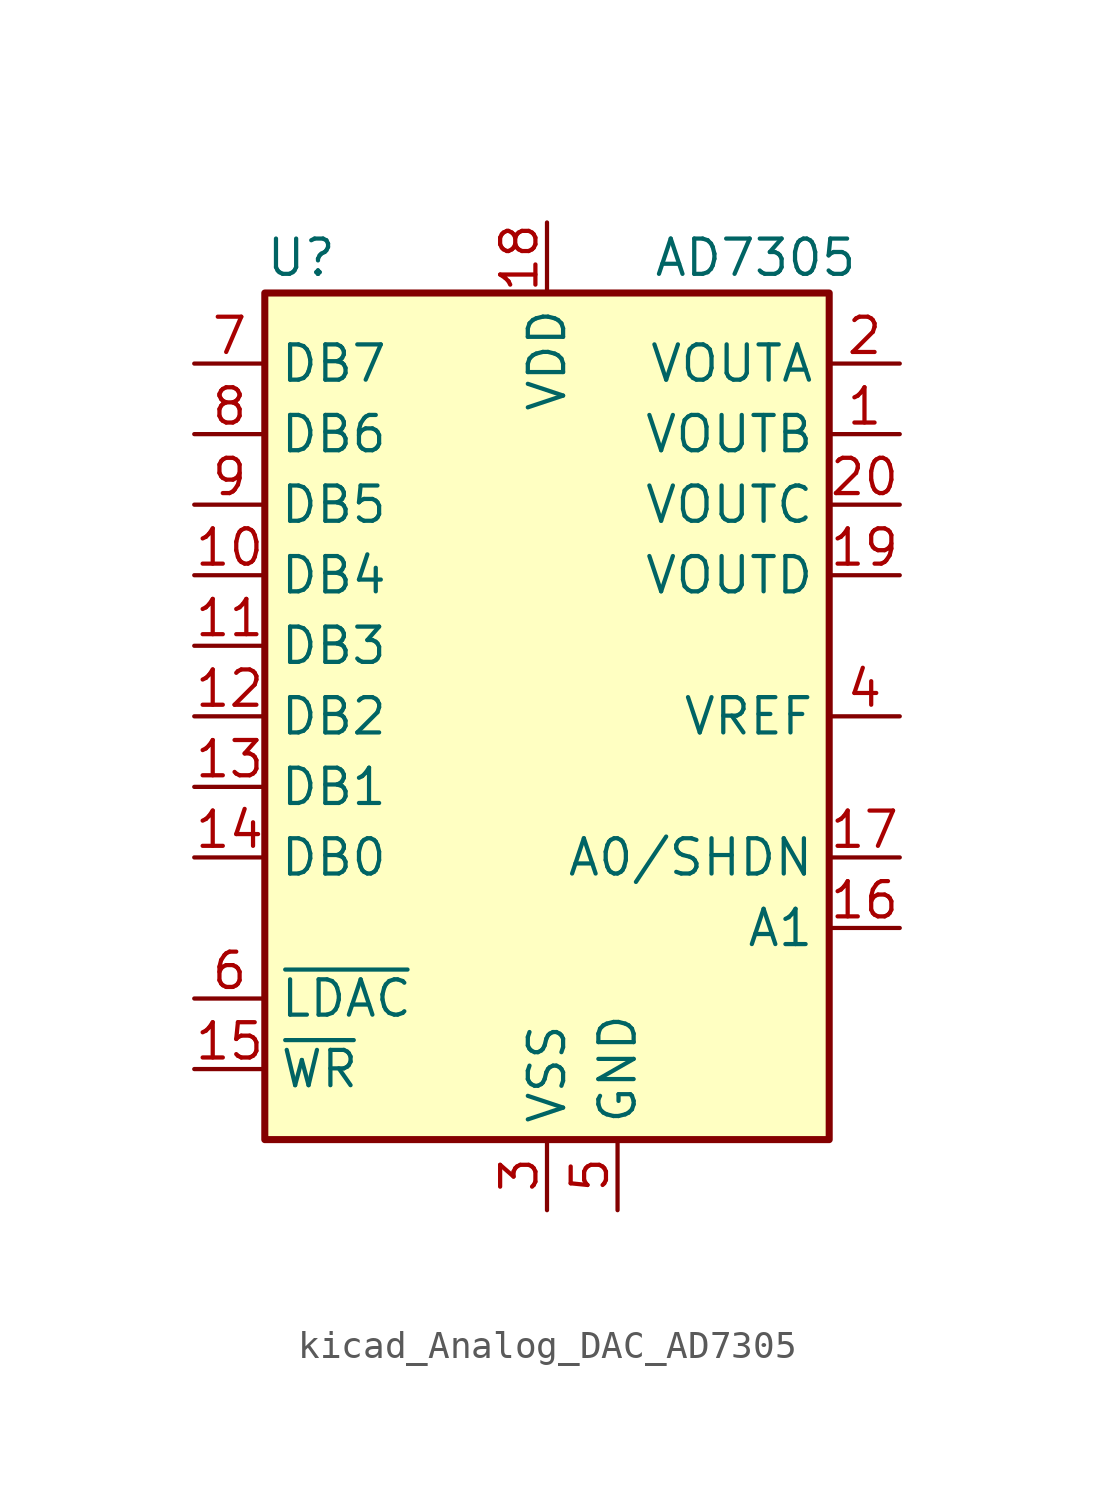
<source format=kicad_sym>
(kicad_symbol_lib
  (version 20220914)
  (generator kicad_symbol_editor)
  (symbol "kicad_Analog_DAC_AD7305"
    (property "Reference" "U"
      (at -10.16 16.51 0)
      (effects (font (size 1.27 1.27)) (justify left)))
    (property "Value" "AD7305"
      (at 3.81 16.51 0)
      (effects (font (size 1.27 1.27)) (justify left)))
    (symbol "kicad_Analog_DAC_AD7305_0_1"
      (rectangle (start -10.16 15.24) (end 10.16 -15.24) (stroke (width 0.254) (type default)) (fill (type background))))
    (symbol "kicad_Analog_DAC_AD7305_1_1"
      (pin output line (at 12.7 10.16 180) (length 2.54) (name "VOUTB" (effects (font (size 1.27 1.27)))) (number "1" (effects (font (size 1.27 1.27)))))
      (pin input line (at -12.7 5.08 0) (length 2.54) (name "DB4" (effects (font (size 1.27 1.27)))) (number "10" (effects (font (size 1.27 1.27)))))
      (pin input line (at -12.7 2.54 0) (length 2.54) (name "DB3" (effects (font (size 1.27 1.27)))) (number "11" (effects (font (size 1.27 1.27)))))
      (pin input line (at -12.7 0 0) (length 2.54) (name "DB2" (effects (font (size 1.27 1.27)))) (number "12" (effects (font (size 1.27 1.27)))))
      (pin input line (at -12.7 -2.54 0) (length 2.54) (name "DB1" (effects (font (size 1.27 1.27)))) (number "13" (effects (font (size 1.27 1.27)))))
      (pin input line (at -12.7 -5.08 0) (length 2.54) (name "DB0" (effects (font (size 1.27 1.27)))) (number "14" (effects (font (size 1.27 1.27)))))
      (pin output line (at -12.7 -12.7 0) (length 2.54) (name "~{WR}" (effects (font (size 1.27 1.27)))) (number "15" (effects (font (size 1.27 1.27)))))
      (pin input line (at 12.7 -7.62 180) (length 2.54) (name "A1" (effects (font (size 1.27 1.27)))) (number "16" (effects (font (size 1.27 1.27)))))
      (pin input line (at 12.7 -5.08 180) (length 2.54) (name "A0/SHDN" (effects (font (size 1.27 1.27)))) (number "17" (effects (font (size 1.27 1.27)))))
      (pin power_in line (at 0 17.78 270) (length 2.54) (name "VDD" (effects (font (size 1.27 1.27)))) (number "18" (effects (font (size 1.27 1.27)))))
      (pin output line (at 12.7 5.08 180) (length 2.54) (name "VOUTD" (effects (font (size 1.27 1.27)))) (number "19" (effects (font (size 1.27 1.27)))))
      (pin output line (at 12.7 12.7 180) (length 2.54) (name "VOUTA" (effects (font (size 1.27 1.27)))) (number "2" (effects (font (size 1.27 1.27)))))
      (pin output line (at 12.7 7.62 180) (length 2.54) (name "VOUTC" (effects (font (size 1.27 1.27)))) (number "20" (effects (font (size 1.27 1.27)))))
      (pin power_in line (at 0 -17.78 90) (length 2.54) (name "VSS" (effects (font (size 1.27 1.27)))) (number "3" (effects (font (size 1.27 1.27)))))
      (pin input line (at 12.7 0 180) (length 2.54) (name "VREF" (effects (font (size 1.27 1.27)))) (number "4" (effects (font (size 1.27 1.27)))))
      (pin power_in line (at 2.54 -17.78 90) (length 2.54) (name "GND" (effects (font (size 1.27 1.27)))) (number "5" (effects (font (size 1.27 1.27)))))
      (pin input line (at -12.7 -10.16 0) (length 2.54) (name "~{LDAC}" (effects (font (size 1.27 1.27)))) (number "6" (effects (font (size 1.27 1.27)))))
      (pin input line (at -12.7 12.7 0) (length 2.54) (name "DB7" (effects (font (size 1.27 1.27)))) (number "7" (effects (font (size 1.27 1.27)))))
      (pin input line (at -12.7 10.16 0) (length 2.54) (name "DB6" (effects (font (size 1.27 1.27)))) (number "8" (effects (font (size 1.27 1.27)))))
      (pin input line (at -12.7 7.62 0) (length 2.54) (name "DB5" (effects (font (size 1.27 1.27)))) (number "9" (effects (font (size 1.27 1.27))))))))
</source>
